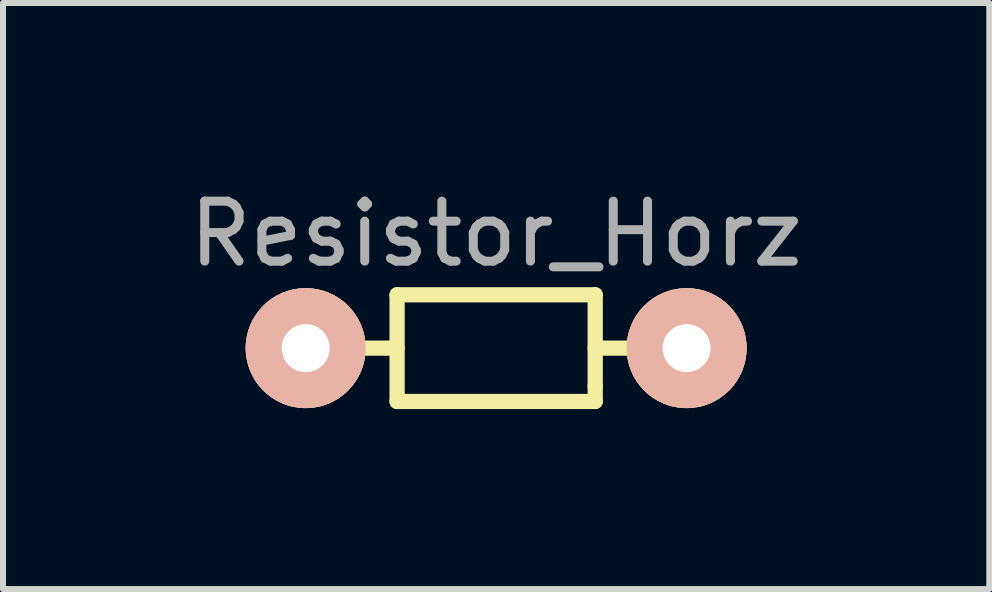
<source format=kicad_pcb>
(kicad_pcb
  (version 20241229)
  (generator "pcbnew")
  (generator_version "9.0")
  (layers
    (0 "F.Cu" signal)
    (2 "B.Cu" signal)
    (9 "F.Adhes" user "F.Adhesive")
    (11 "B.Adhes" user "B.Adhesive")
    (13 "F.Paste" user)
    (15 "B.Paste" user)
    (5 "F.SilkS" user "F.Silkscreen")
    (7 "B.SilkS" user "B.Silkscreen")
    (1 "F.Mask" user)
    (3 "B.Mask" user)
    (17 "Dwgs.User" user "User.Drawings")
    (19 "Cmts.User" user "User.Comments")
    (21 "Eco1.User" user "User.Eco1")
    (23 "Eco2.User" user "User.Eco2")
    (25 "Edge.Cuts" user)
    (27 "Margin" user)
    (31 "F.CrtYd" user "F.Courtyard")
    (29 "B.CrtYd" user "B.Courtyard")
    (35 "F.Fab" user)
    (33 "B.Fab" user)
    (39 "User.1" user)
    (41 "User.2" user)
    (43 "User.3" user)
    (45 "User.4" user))
  (footprint "Resistor_Horz"
    (layer "F.Cu")
    (at 5.22 2.753)
    (property "Reference" "Resistor_Horz" (at 0 -1.905 0) (layer "F.Fab") (effects (font (size 1 1) (thickness 0.15))))
    (attr through_hole)
    (fp_line (start -1.651 -0.889) (end 1.651 -0.889) (stroke (width 0.254) (type solid)) (layer "F.SilkS"))
    (fp_line (start -1.651 0) (end -2.413 0) (stroke (width 0.254) (type solid)) (layer "F.SilkS"))
    (fp_line (start -1.651 0.889) (end -1.651 -0.889) (stroke (width 0.254) (type solid)) (layer "F.SilkS"))
    (fp_line (start 1.651 -0.889) (end 1.651 0.635) (stroke (width 0.254) (type solid)) (layer "F.SilkS"))
    (fp_line (start 1.651 0) (end 2.413 0) (stroke (width 0.254) (type solid)) (layer "F.SilkS"))
    (fp_line (start 1.651 0.889) (end -1.651 0.889) (stroke (width 0.254) (type solid)) (layer "F.SilkS"))
    (fp_line (start 1.651 0.889) (end 1.651 0.635) (stroke (width 0.254) (type solid)) (layer "F.SilkS"))
    (pad "1" thru_hole circle (at -3.175 0) (size 1.999 1.999) (drill 0.8) (layers "*.Cu" "*.SilkS" "*.Mask"))
    (pad "2" thru_hole circle (at 3.175 0) (size 1.999 1.999) (drill 0.8) (layers "*.Cu" "*.SilkS" "*.Mask")))
  (gr_rect
    (start -3 -3)
    (end 13.44 6.769)
    (stroke (width 0.1) (type default))
    (fill no)
    (layer "Edge.Cuts")))
</source>
